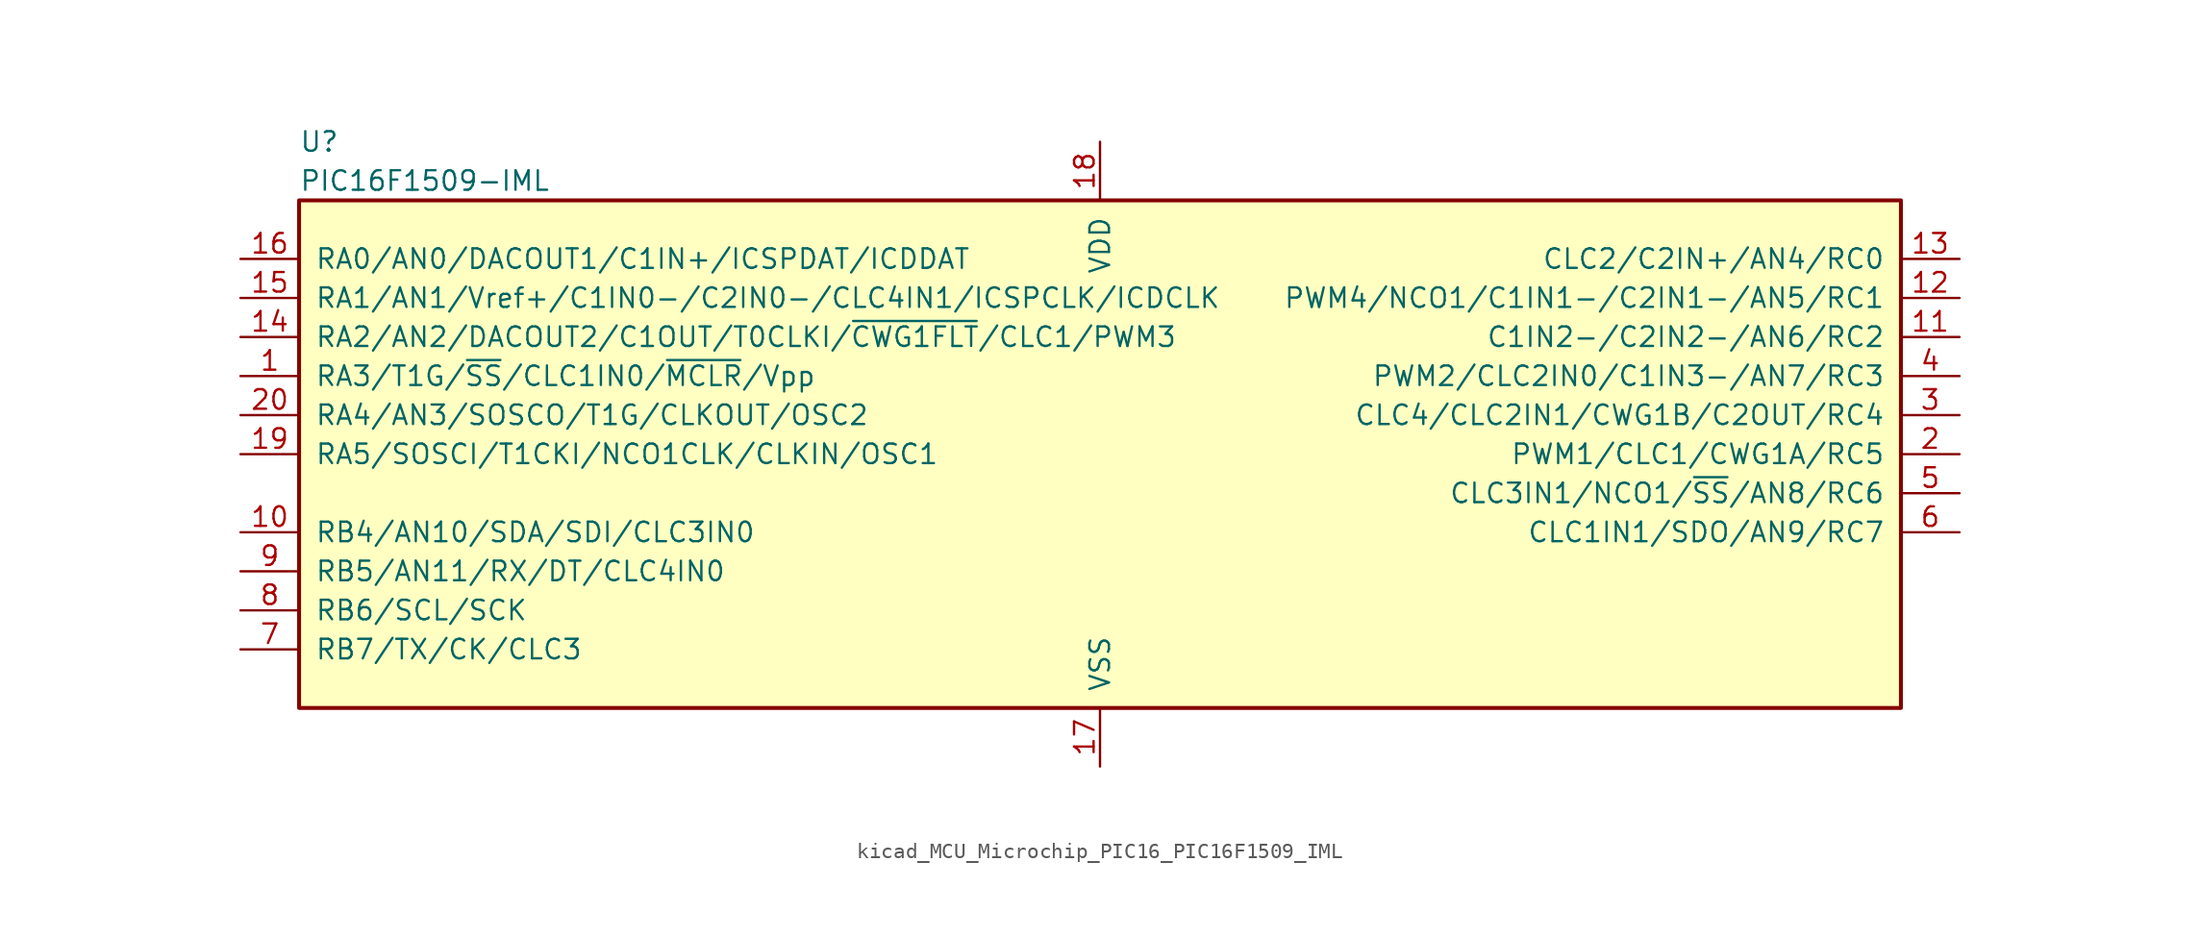
<source format=kicad_sym>
(kicad_symbol_lib
  (version 20220914)
  (generator kicad_symbol_editor)
  (symbol "kicad_MCU_Microchip_PIC16_PIC16F1509_IML"
    (pin_names
      (offset 1.016))
    (property "Reference" "U"
      (at -52.07 20.32 0)
      (effects (font (size 1.27 1.27)) (justify left)))
    (property "Value" "PIC16F1509-IML"
      (at -52.07 17.78 0)
      (effects (font (size 1.27 1.27)) (justify left)))
    (symbol "kicad_MCU_Microchip_PIC16_PIC16F1509_IML_0_1"
      (rectangle (start -52.07 16.51) (end 52.07 -16.51) (stroke (width 0.254) (type default)) (fill (type background))))
    (symbol "kicad_MCU_Microchip_PIC16_PIC16F1509_IML_1_1"
      (pin input line (at -55.88 5.08 0) (length 3.81) (name "RA3/T1G/~{SS}/CLC1IN0/~{MCLR}/Vpp" (effects (font (size 1.27 1.27)))) (number "1" (effects (font (size 1.27 1.27)))))
      (pin bidirectional line (at -55.88 -5.08 0) (length 3.81) (name "RB4/AN10/SDA/SDI/CLC3IN0" (effects (font (size 1.27 1.27)))) (number "10" (effects (font (size 1.27 1.27)))))
      (pin bidirectional line (at 55.88 7.62 180) (length 3.81) (name "C1IN2-/C2IN2-/AN6/RC2" (effects (font (size 1.27 1.27)))) (number "11" (effects (font (size 1.27 1.27)))))
      (pin bidirectional line (at 55.88 10.16 180) (length 3.81) (name "PWM4/NCO1/C1IN1-/C2IN1-/AN5/RC1" (effects (font (size 1.27 1.27)))) (number "12" (effects (font (size 1.27 1.27)))))
      (pin bidirectional line (at 55.88 12.7 180) (length 3.81) (name "CLC2/C2IN+/AN4/RC0" (effects (font (size 1.27 1.27)))) (number "13" (effects (font (size 1.27 1.27)))))
      (pin bidirectional line (at -55.88 7.62 0) (length 3.81) (name "RA2/AN2/DACOUT2/C1OUT/T0CLKI/~{CWG1FLT}/CLC1/PWM3" (effects (font (size 1.27 1.27)))) (number "14" (effects (font (size 1.27 1.27)))))
      (pin bidirectional line (at -55.88 10.16 0) (length 3.81) (name "RA1/AN1/Vref+/C1IN0-/C2IN0-/CLC4IN1/ICSPCLK/ICDCLK" (effects (font (size 1.27 1.27)))) (number "15" (effects (font (size 1.27 1.27)))))
      (pin bidirectional line (at -55.88 12.7 0) (length 3.81) (name "RA0/AN0/DACOUT1/C1IN+/ICSPDAT/ICDDAT" (effects (font (size 1.27 1.27)))) (number "16" (effects (font (size 1.27 1.27)))))
      (pin power_in line (at 0 -20.32 90) (length 3.81) (name "VSS" (effects (font (size 1.27 1.27)))) (number "17" (effects (font (size 1.27 1.27)))))
      (pin power_in line (at 0 20.32 270) (length 3.81) (name "VDD" (effects (font (size 1.27 1.27)))) (number "18" (effects (font (size 1.27 1.27)))))
      (pin bidirectional line (at -55.88 0 0) (length 3.81) (name "RA5/SOSCI/T1CKI/NCO1CLK/CLKIN/OSC1" (effects (font (size 1.27 1.27)))) (number "19" (effects (font (size 1.27 1.27)))))
      (pin bidirectional line (at 55.88 0 180) (length 3.81) (name "PWM1/CLC1/CWG1A/RC5" (effects (font (size 1.27 1.27)))) (number "2" (effects (font (size 1.27 1.27)))))
      (pin bidirectional line (at -55.88 2.54 0) (length 3.81) (name "RA4/AN3/SOSCO/T1G/CLKOUT/OSC2" (effects (font (size 1.27 1.27)))) (number "20" (effects (font (size 1.27 1.27)))))
      (pin bidirectional line (at 55.88 2.54 180) (length 3.81) (name "CLC4/CLC2IN1/CWG1B/C2OUT/RC4" (effects (font (size 1.27 1.27)))) (number "3" (effects (font (size 1.27 1.27)))))
      (pin bidirectional line (at 55.88 5.08 180) (length 3.81) (name "PWM2/CLC2IN0/C1IN3-/AN7/RC3" (effects (font (size 1.27 1.27)))) (number "4" (effects (font (size 1.27 1.27)))))
      (pin bidirectional line (at 55.88 -2.54 180) (length 3.81) (name "CLC3IN1/NCO1/~{SS}/AN8/RC6" (effects (font (size 1.27 1.27)))) (number "5" (effects (font (size 1.27 1.27)))))
      (pin bidirectional line (at 55.88 -5.08 180) (length 3.81) (name "CLC1IN1/SDO/AN9/RC7" (effects (font (size 1.27 1.27)))) (number "6" (effects (font (size 1.27 1.27)))))
      (pin bidirectional line (at -55.88 -12.7 0) (length 3.81) (name "RB7/TX/CK/CLC3" (effects (font (size 1.27 1.27)))) (number "7" (effects (font (size 1.27 1.27)))))
      (pin bidirectional line (at -55.88 -10.16 0) (length 3.81) (name "RB6/SCL/SCK" (effects (font (size 1.27 1.27)))) (number "8" (effects (font (size 1.27 1.27)))))
      (pin bidirectional line (at -55.88 -7.62 0) (length 3.81) (name "RB5/AN11/RX/DT/CLC4IN0" (effects (font (size 1.27 1.27)))) (number "9" (effects (font (size 1.27 1.27))))))))
</source>
